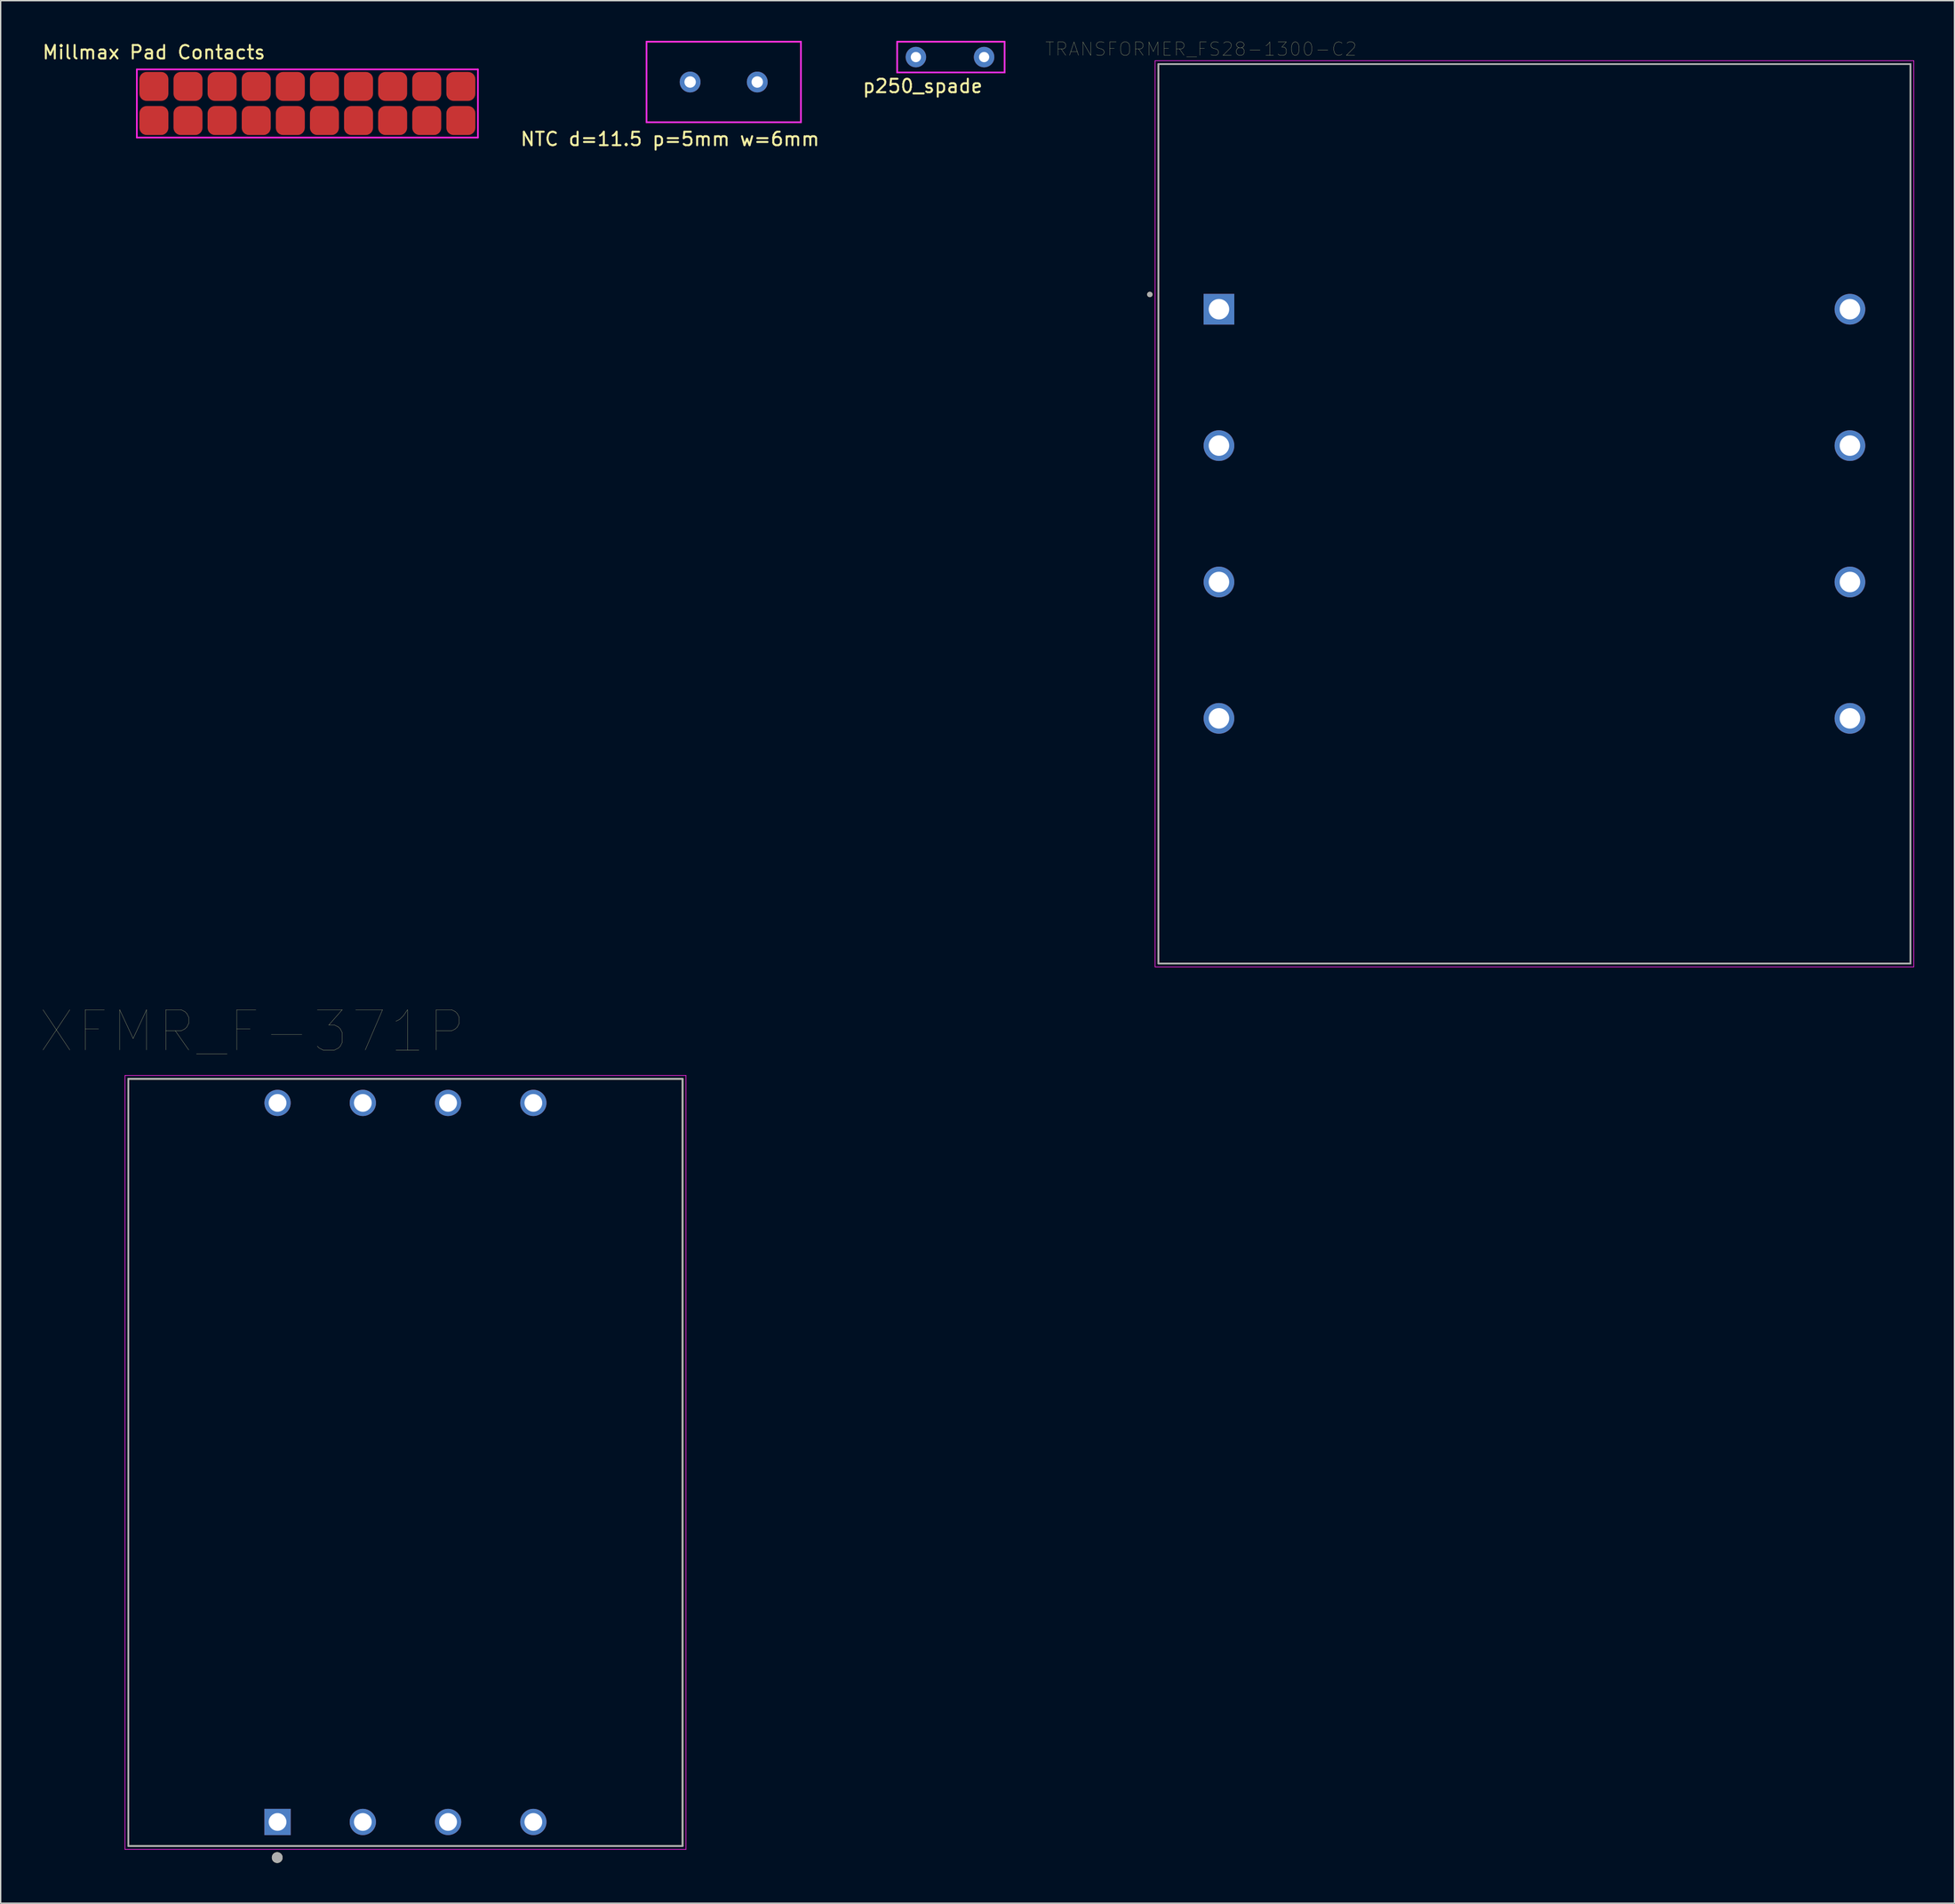
<source format=kicad_pcb>
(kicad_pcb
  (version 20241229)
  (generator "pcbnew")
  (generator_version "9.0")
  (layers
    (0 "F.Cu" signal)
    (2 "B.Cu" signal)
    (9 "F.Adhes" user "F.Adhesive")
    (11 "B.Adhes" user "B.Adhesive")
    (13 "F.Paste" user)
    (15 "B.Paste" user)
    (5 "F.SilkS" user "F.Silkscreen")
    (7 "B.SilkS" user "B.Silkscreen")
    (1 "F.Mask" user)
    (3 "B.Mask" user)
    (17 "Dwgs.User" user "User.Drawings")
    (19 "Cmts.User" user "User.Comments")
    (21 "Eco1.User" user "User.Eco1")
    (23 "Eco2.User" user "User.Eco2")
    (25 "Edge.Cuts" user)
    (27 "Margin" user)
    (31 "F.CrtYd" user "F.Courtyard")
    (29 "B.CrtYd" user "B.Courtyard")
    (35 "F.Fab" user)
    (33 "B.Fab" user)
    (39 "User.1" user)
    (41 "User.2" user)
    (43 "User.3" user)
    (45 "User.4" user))
  (footprint "Millmax Pad Contacts"
    (layer "F.Cu")
    (at 19.841 4.658)
    (property "Reference" "Millmax Pad Contacts" (at -11.43 -3.81 0) (layer "F.SilkS") (effects (font (size 1 1) (thickness 0.15))))
    (attr through_hole)
    (fp_line (start -12.7 -2.54) (end 12.7 -2.54) (stroke (width 0.12) (type solid)) (layer "F.CrtYd"))
    (fp_line (start -12.7 2.54) (end -12.7 -2.54) (stroke (width 0.12) (type solid)) (layer "F.CrtYd"))
    (fp_line (start 12.7 -2.54) (end 12.7 2.54) (stroke (width 0.12) (type solid)) (layer "F.CrtYd"))
    (fp_line (start 12.7 2.54) (end -12.7 2.54) (stroke (width 0.12) (type solid)) (layer "F.CrtYd"))
    (pad "1" smd roundrect (at -11.43 -1.27) (size 2.159 2.159) (layers "F.Cu" "F.Mask") (roundrect_rratio 0.25))
    (pad "2" smd roundrect (at -11.43 1.27) (size 2.159 2.159) (layers "F.Cu" "F.Mask") (roundrect_rratio 0.25))
    (pad "3" smd roundrect (at -8.89 -1.27) (size 2.159 2.159) (layers "F.Cu" "F.Mask") (roundrect_rratio 0.25))
    (pad "4" smd roundrect (at -8.89 1.27) (size 2.159 2.159) (layers "F.Cu" "F.Mask") (roundrect_rratio 0.25))
    (pad "5" smd roundrect (at -6.35 -1.27) (size 2.159 2.159) (layers "F.Cu" "F.Mask") (roundrect_rratio 0.25))
    (pad "6" smd roundrect (at -6.35 1.27) (size 2.159 2.159) (layers "F.Cu" "F.Mask") (roundrect_rratio 0.25))
    (pad "7" smd roundrect (at -3.81 -1.27) (size 2.159 2.159) (layers "F.Cu" "F.Mask") (roundrect_rratio 0.25))
    (pad "8" smd roundrect (at -3.81 1.27) (size 2.159 2.159) (layers "F.Cu" "F.Mask") (roundrect_rratio 0.25))
    (pad "9" smd roundrect (at -1.27 -1.27) (size 2.159 2.159) (layers "F.Cu" "F.Mask") (roundrect_rratio 0.25))
    (pad "10" smd roundrect (at -1.27 1.27) (size 2.159 2.159) (layers "F.Cu" "F.Mask") (roundrect_rratio 0.25))
    (pad "11" smd roundrect (at 1.27 -1.27) (size 2.159 2.159) (layers "F.Cu" "F.Mask") (roundrect_rratio 0.25))
    (pad "12" smd roundrect (at 1.27 1.27) (size 2.159 2.159) (layers "F.Cu" "F.Mask") (roundrect_rratio 0.25))
    (pad "13" smd roundrect (at 3.81 -1.27) (size 2.159 2.159) (layers "F.Cu" "F.Mask") (roundrect_rratio 0.25))
    (pad "14" smd roundrect (at 3.81 1.27) (size 2.159 2.159) (layers "F.Cu" "F.Mask") (roundrect_rratio 0.25))
    (pad "15" smd roundrect (at 6.35 -1.27) (size 2.159 2.159) (layers "F.Cu" "F.Mask") (roundrect_rratio 0.25))
    (pad "16" smd roundrect (at 6.35 1.27) (size 2.159 2.159) (layers "F.Cu" "F.Mask") (roundrect_rratio 0.25))
    (pad "17" smd roundrect (at 8.89 -1.27) (size 2.159 2.159) (layers "F.Cu" "F.Mask") (roundrect_rratio 0.25))
    (pad "18" smd roundrect (at 8.89 1.27) (size 2.159 2.159) (layers "F.Cu" "F.Mask") (roundrect_rratio 0.25))
    (pad "19" smd roundrect (at 11.43 -1.27) (size 2.159 2.159) (layers "F.Cu" "F.Mask") (roundrect_rratio 0.25))
    (pad "20" smd roundrect (at 11.43 1.27) (size 2.159 2.159) (layers "F.Cu" "F.Mask") (roundrect_rratio 0.25)))
  (footprint "TRANSFORMER_FS28-1300-C2"
    (layer "F.Cu")
    (at 111.223 35.226)
    (property "Reference" "TRANSFORMER_FS28-1300-C2" (at -24.835 -34.615 0) (layer "F.SilkS") (effects (font (size 1 1) (thickness 0.015))))
    (attr through_hole)
    (fp_line (start -28.003 -33.503) (end 28.003 -33.503) (stroke (width 0.127) (type solid)) (layer "F.SilkS"))
    (fp_line (start -28.003 33.503) (end -28.003 -33.503) (stroke (width 0.127) (type solid)) (layer "F.SilkS"))
    (fp_line (start 28.003 -33.503) (end 28.003 33.503) (stroke (width 0.127) (type solid)) (layer "F.SilkS"))
    (fp_line (start 28.003 33.503) (end -28.003 33.503) (stroke (width 0.127) (type solid)) (layer "F.SilkS"))
    (fp_circle (center -28.642 -16.34) (end -28.542 -16.34) (stroke (width 0.2) (type solid)) (fill no) (layer "F.SilkS"))
    (fp_line (start -28.253 -33.753) (end 28.253 -33.753) (stroke (width 0.05) (type solid)) (layer "F.CrtYd"))
    (fp_line (start -28.253 33.753) (end -28.253 -33.753) (stroke (width 0.05) (type solid)) (layer "F.CrtYd"))
    (fp_line (start 28.253 -33.753) (end 28.253 33.753) (stroke (width 0.05) (type solid)) (layer "F.CrtYd"))
    (fp_line (start 28.253 33.753) (end -28.253 33.753) (stroke (width 0.05) (type solid)) (layer "F.CrtYd"))
    (fp_line (start -28.003 -33.503) (end 28.003 -33.503) (stroke (width 0.127) (type solid)) (layer "F.Fab"))
    (fp_line (start -28.003 33.503) (end -28.003 -33.503) (stroke (width 0.127) (type solid)) (layer "F.Fab"))
    (fp_line (start 28.003 -33.503) (end 28.003 33.503) (stroke (width 0.127) (type solid)) (layer "F.Fab"))
    (fp_line (start 28.003 33.503) (end -28.003 33.503) (stroke (width 0.127) (type solid)) (layer "F.Fab"))
    (fp_circle (center -28.642 -16.34) (end -28.542 -16.34) (stroke (width 0.2) (type solid)) (fill no) (layer "F.Fab"))
    (pad "1" thru_hole rect (at -23.495 -15.24) (size 2.286 2.286) (drill 1.524) (layers "*.Cu" "*.Mask"))
    (pad "2" thru_hole circle (at -23.495 -5.08) (size 2.286 2.286) (drill 1.524) (layers "*.Cu" "*.Mask"))
    (pad "3" thru_hole circle (at -23.495 5.08) (size 2.286 2.286) (drill 1.524) (layers "*.Cu" "*.Mask"))
    (pad "4" thru_hole circle (at -23.495 15.24) (size 2.286 2.286) (drill 1.524) (layers "*.Cu" "*.Mask"))
    (pad "5" thru_hole circle (at 23.495 -15.24) (size 2.286 2.286) (drill 1.524) (layers "*.Cu" "*.Mask"))
    (pad "6" thru_hole circle (at 23.495 -5.08) (size 2.286 2.286) (drill 1.524) (layers "*.Cu" "*.Mask"))
    (pad "7" thru_hole circle (at 23.495 5.08) (size 2.286 2.286) (drill 1.524) (layers "*.Cu" "*.Mask"))
    (pad "8" thru_hole circle (at 23.495 15.24) (size 2.286 2.286) (drill 1.524) (layers "*.Cu" "*.Mask")))
  (footprint "XFMR_F-371P"
    (layer "F.Cu")
    (at 27.145 105.897)
    (property "Reference" "XFMR_F-371P" (at -11.423 -32.112 0) (layer "F.SilkS") (effects (font (size 3 3) (thickness 0.015))))
    (attr through_hole)
    (fp_line (start -20.637 -28.575) (end 20.637 -28.575) (stroke (width 0.127) (type solid)) (layer "F.SilkS"))
    (fp_line (start -20.637 28.575) (end -20.637 -28.575) (stroke (width 0.127) (type solid)) (layer "F.SilkS"))
    (fp_line (start 20.637 -28.575) (end 20.637 28.575) (stroke (width 0.127) (type solid)) (layer "F.SilkS"))
    (fp_line (start 20.637 28.575) (end -20.637 28.575) (stroke (width 0.127) (type solid)) (layer "F.SilkS"))
    (fp_circle (center -9.55 29.438) (end -9.35 29.438) (stroke (width 0.4) (type solid)) (fill no) (layer "F.SilkS"))
    (fp_line (start -20.887 -28.825) (end 20.887 -28.825) (stroke (width 0.05) (type solid)) (layer "F.CrtYd"))
    (fp_line (start -20.887 28.825) (end -20.887 -28.825) (stroke (width 0.05) (type solid)) (layer "F.CrtYd"))
    (fp_line (start 20.887 -28.825) (end 20.887 28.825) (stroke (width 0.05) (type solid)) (layer "F.CrtYd"))
    (fp_line (start 20.887 28.825) (end -20.887 28.825) (stroke (width 0.05) (type solid)) (layer "F.CrtYd"))
    (fp_line (start -20.637 -28.575) (end 20.637 -28.575) (stroke (width 0.127) (type solid)) (layer "F.Fab"))
    (fp_line (start -20.637 28.575) (end -20.637 -28.575) (stroke (width 0.127) (type solid)) (layer "F.Fab"))
    (fp_line (start 20.637 -28.575) (end 20.637 28.575) (stroke (width 0.127) (type solid)) (layer "F.Fab"))
    (fp_line (start 20.637 28.575) (end -20.637 28.575) (stroke (width 0.127) (type solid)) (layer "F.Fab"))
    (fp_circle (center -9.55 29.438) (end -9.35 29.438) (stroke (width 0.4) (type solid)) (fill no) (layer "F.Fab"))
    (pad "1" thru_hole rect (at -9.525 26.784) (size 1.956 1.956) (drill 1.321) (layers "*.Cu" "*.Mask"))
    (pad "2" thru_hole circle (at -3.175 26.784) (size 1.956 1.956) (drill 1.321) (layers "*.Cu" "*.Mask"))
    (pad "3" thru_hole circle (at 3.175 26.784) (size 1.956 1.956) (drill 1.321) (layers "*.Cu" "*.Mask"))
    (pad "4" thru_hole circle (at 9.525 26.784) (size 1.956 1.956) (drill 1.321) (layers "*.Cu" "*.Mask"))
    (pad "5" thru_hole circle (at 9.525 -26.784) (size 1.956 1.956) (drill 1.321) (layers "*.Cu" "*.Mask"))
    (pad "6" thru_hole circle (at 3.175 -26.784) (size 1.956 1.956) (drill 1.321) (layers "*.Cu" "*.Mask"))
    (pad "7" thru_hole circle (at -3.175 -26.784) (size 1.956 1.956) (drill 1.321) (layers "*.Cu" "*.Mask"))
    (pad "8" thru_hole circle (at -9.525 -26.784) (size 1.956 1.956) (drill 1.321) (layers "*.Cu" "*.Mask")))
  (footprint "NTC d=11.5 p=5mm w=6mm"
    (layer "F.Cu")
    (at 50.845 3.06)
    (property "Reference" "NTC d=11.5 p=5mm w=6mm" (at -4 4.25 0) (layer "F.SilkS") (effects (font (size 1 1) (thickness 0.15))))
    (attr through_hole)
    (fp_line (start -5.75 -3) (end 5.75 -3) (stroke (width 0.12) (type solid)) (layer "F.SilkS"))
    (fp_line (start -5.75 3) (end -5.75 -3) (stroke (width 0.12) (type solid)) (layer "F.SilkS"))
    (fp_line (start 5.75 -3) (end 5.75 3) (stroke (width 0.12) (type solid)) (layer "F.SilkS"))
    (fp_line (start 5.75 3) (end -5.75 3) (stroke (width 0.12) (type solid)) (layer "F.SilkS"))
    (fp_line (start -5.75 -3) (end 5.75 -3) (stroke (width 0.12) (type solid)) (layer "F.CrtYd"))
    (fp_line (start -5.75 3) (end -5.75 -3) (stroke (width 0.12) (type solid)) (layer "F.CrtYd"))
    (fp_line (start 5.75 -3) (end 5.75 3) (stroke (width 0.12) (type solid)) (layer "F.CrtYd"))
    (fp_line (start 5.75 3) (end -5.75 3) (stroke (width 0.12) (type solid)) (layer "F.CrtYd"))
    (pad "1" thru_hole circle (at -2.5 0) (size 1.55 1.55) (drill 0.85) (layers "*.Cu" "*.Mask"))
    (pad "2" thru_hole circle (at 2.5 0) (size 1.55 1.55) (drill 0.85) (layers "*.Cu" "*.Mask")))
  (footprint "p250_spade"
    (layer "F.Cu")
    (at 67.698 1.33)
    (property "Reference" "p250_spade" (at -2.032 2.032 0) (layer "F.SilkS") (effects (font (size 1 1) (thickness 0.15))))
    (attr through_hole)
    (fp_line (start -3.937 -1.27) (end -3.937 1.016) (stroke (width 0.12) (type solid)) (layer "F.SilkS"))
    (fp_line (start -3.937 1.016) (end 4.064 1.016) (stroke (width 0.12) (type solid)) (layer "F.SilkS"))
    (fp_line (start 4.064 -1.27) (end -3.937 -1.27) (stroke (width 0.12) (type solid)) (layer "F.SilkS"))
    (fp_line (start 4.064 1.016) (end 4.064 -1.27) (stroke (width 0.12) (type solid)) (layer "F.SilkS"))
    (fp_line (start -3.937 -1.27) (end 1.143 -1.27) (stroke (width 0.12) (type solid)) (layer "F.CrtYd"))
    (fp_line (start -3.937 1.016) (end -3.937 -1.27) (stroke (width 0.12) (type solid)) (layer "F.CrtYd"))
    (fp_line (start -3.937 1.016) (end 1.143 1.016) (stroke (width 0.12) (type solid)) (layer "F.CrtYd"))
    (fp_line (start 1.143 -1.27) (end 4.064 -1.27) (stroke (width 0.12) (type solid)) (layer "F.CrtYd"))
    (fp_line (start 1.143 1.016) (end 4.064 1.016) (stroke (width 0.12) (type solid)) (layer "F.CrtYd"))
    (fp_line (start 4.064 -1.27) (end 4.064 1.016) (stroke (width 0.12) (type solid)) (layer "F.CrtYd"))
    (pad "1" thru_hole circle (at -2.54 -0.127) (size 1.524 1.524) (drill 0.762) (layers "*.Cu" "*.Mask"))
    (pad "1" thru_hole circle (at 2.54 -0.127) (size 1.524 1.524) (drill 0.762) (layers "*.Cu" "*.Mask")))
  (gr_rect
    (start -3 -3)
    (end 142.501 138.735)
    (stroke (width 0.1) (type default))
    (fill no)
    (layer "Edge.Cuts")))
</source>
